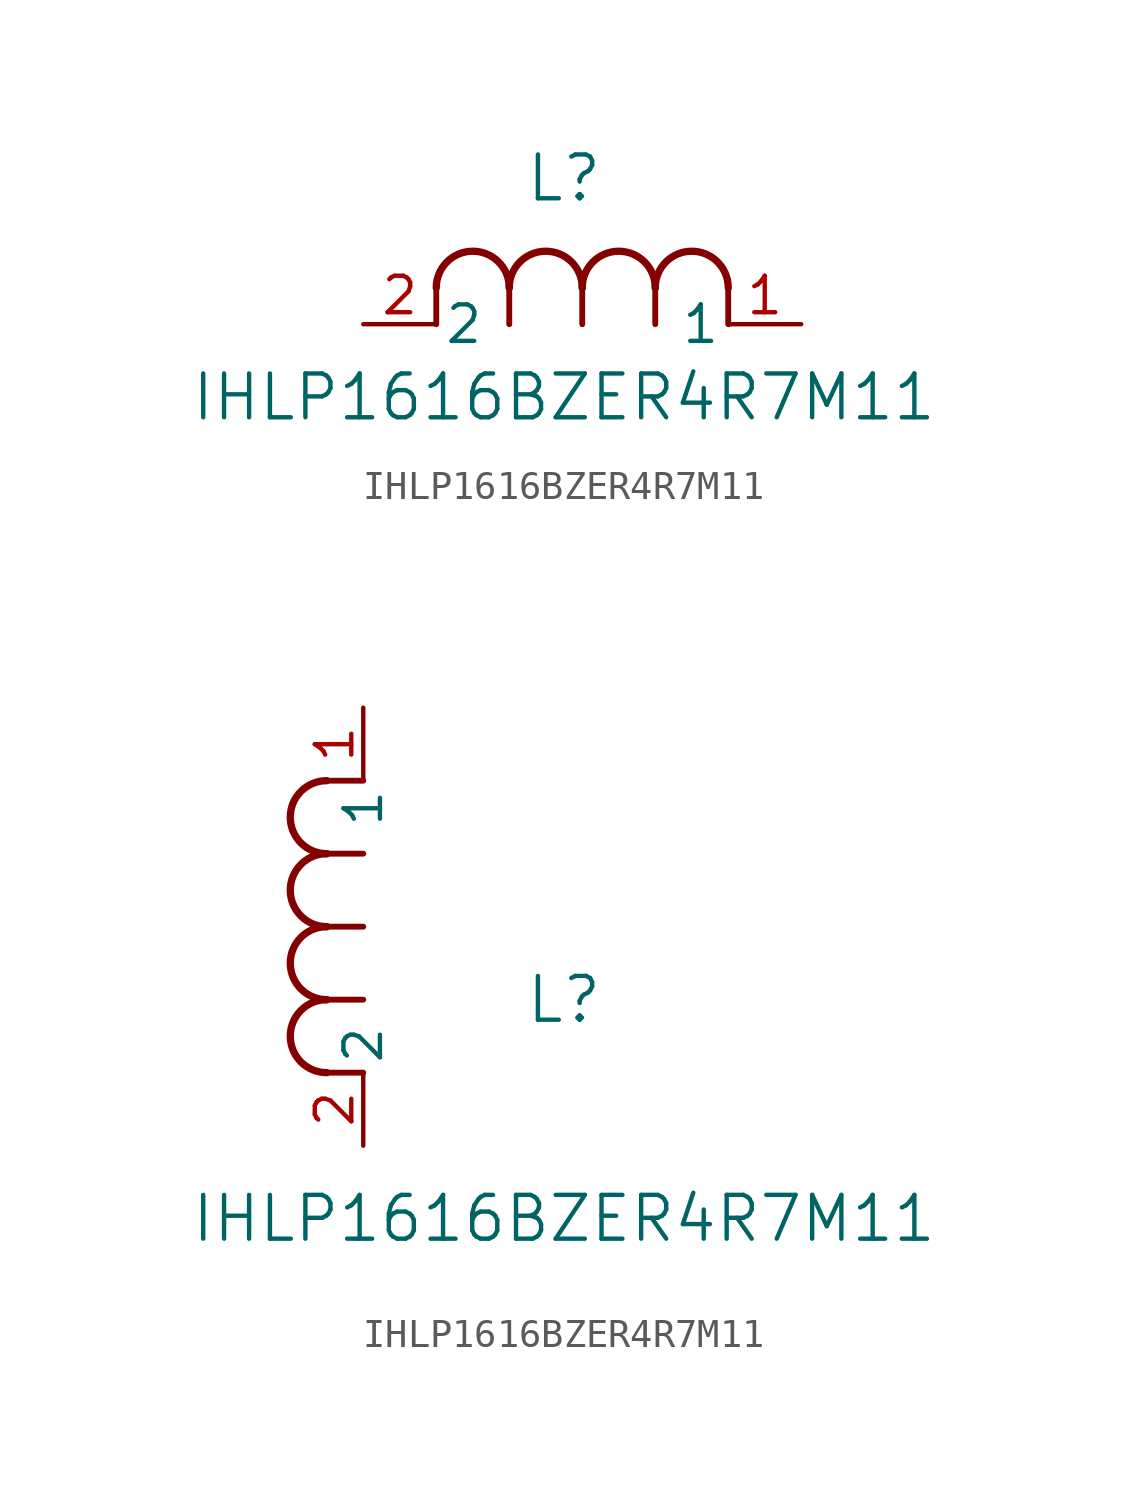
<source format=kicad_sym>
(kicad_symbol_lib
  (version 20211014)
  (generator kicad_symbol_editor)
  (symbol "IHLP1616BZER4R7M11"
    (pin_names
      (offset 0.254))
    (property "Reference" "L"
      (at 6.985 5.08 0)
      (effects (font (size 1.524 1.524))))
    (property "Value" "IHLP1616BZER4R7M11"
      (at 6.985 -2.54 0)
      (effects (font (size 1.524 1.524))))
    (symbol "IHLP1616BZER4R7M11_1_1"
      (arc (start 7.62 1.27) (mid 6.35 2.54) (end 5.08 1.27) (stroke (width 0.254) (type default) (color 0 0 0 0)) (fill (type none)))
      (polyline (pts (xy 5.08 0) (xy 5.08 1.27)) (stroke (width 0.203) (type default) (color 0 0 0 0)) (fill (type none)))
      (polyline (pts (xy 7.62 0) (xy 7.62 1.27)) (stroke (width 0.203) (type default) (color 0 0 0 0)) (fill (type none)))
      (polyline (pts (xy 12.7 0) (xy 12.7 1.27)) (stroke (width 0.203) (type default) (color 0 0 0 0)) (fill (type none)))
      (arc (start 5.08 1.27) (mid 3.81 2.54) (end 2.54 1.27) (stroke (width 0.254) (type default) (color 0 0 0 0)) (fill (type none)))
      (arc (start 10.16 1.27) (mid 8.89 2.54) (end 7.62 1.27) (stroke (width 0.254) (type default) (color 0 0 0 0)) (fill (type none)))
      (arc (start 12.7 1.27) (mid 11.43 2.54) (end 10.16 1.27) (stroke (width 0.254) (type default) (color 0 0 0 0)) (fill (type none)))
      (polyline (pts (xy 2.54 0) (xy 2.54 1.27)) (stroke (width 0.203) (type default) (color 0 0 0 0)) (fill (type none)))
      (polyline (pts (xy 10.16 0) (xy 10.16 1.27)) (stroke (width 0.203) (type default) (color 0 0 0 0)) (fill (type none)))
      (pin unspecified line (at 0 0 0) (length 2.54) (name "2" (effects (font (size 1.27 1.27)))) (number "2" (effects (font (size 1.27 1.27)))))
      (pin unspecified line (at 15.24 0 180) (length 2.54) (name "1" (effects (font (size 1.27 1.27)))) (number "1" (effects (font (size 1.27 1.27))))))
    (symbol "IHLP1616BZER4R7M11_1_2"
      (arc (start -1.27 7.62) (mid -2.54 6.35) (end -1.27 5.08) (stroke (width 0.254) (type default) (color 0 0 0 0)) (fill (type none)))
      (arc (start -1.27 5.08) (mid -2.54 3.81) (end -1.27 2.54) (stroke (width 0.254) (type default) (color 0 0 0 0)) (fill (type none)))
      (arc (start -1.27 12.7) (mid -2.54 11.43) (end -1.27 10.16) (stroke (width 0.254) (type default) (color 0 0 0 0)) (fill (type none)))
      (arc (start -1.27 10.16) (mid -2.54 8.89) (end -1.27 7.62) (stroke (width 0.254) (type default) (color 0 0 0 0)) (fill (type none)))
      (polyline (pts (xy 0 7.62) (xy -1.27 7.62)) (stroke (width 0.203) (type default) (color 0 0 0 0)) (fill (type none)))
      (polyline (pts (xy 0 5.08) (xy -1.27 5.08)) (stroke (width 0.203) (type default) (color 0 0 0 0)) (fill (type none)))
      (polyline (pts (xy 0 12.7) (xy -1.27 12.7)) (stroke (width 0.203) (type default) (color 0 0 0 0)) (fill (type none)))
      (polyline (pts (xy 0 2.54) (xy -1.27 2.54)) (stroke (width 0.203) (type default) (color 0 0 0 0)) (fill (type none)))
      (polyline (pts (xy 0 10.16) (xy -1.27 10.16)) (stroke (width 0.203) (type default) (color 0 0 0 0)) (fill (type none)))
      (pin unspecified line (at 0 0 90) (length 2.54) (name "2" (effects (font (size 1.27 1.27)))) (number "2" (effects (font (size 1.27 1.27)))))
      (pin unspecified line (at 0 15.24 270) (length 2.54) (name "1" (effects (font (size 1.27 1.27)))) (number "1" (effects (font (size 1.27 1.27))))))))
</source>
